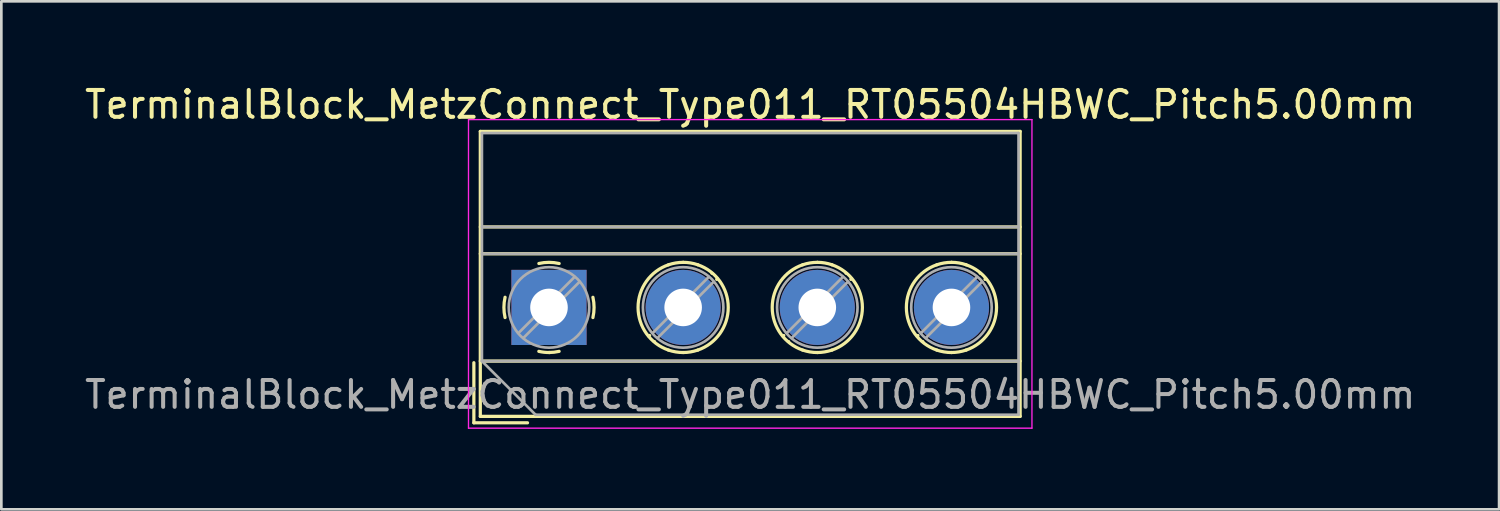
<source format=kicad_pcb>
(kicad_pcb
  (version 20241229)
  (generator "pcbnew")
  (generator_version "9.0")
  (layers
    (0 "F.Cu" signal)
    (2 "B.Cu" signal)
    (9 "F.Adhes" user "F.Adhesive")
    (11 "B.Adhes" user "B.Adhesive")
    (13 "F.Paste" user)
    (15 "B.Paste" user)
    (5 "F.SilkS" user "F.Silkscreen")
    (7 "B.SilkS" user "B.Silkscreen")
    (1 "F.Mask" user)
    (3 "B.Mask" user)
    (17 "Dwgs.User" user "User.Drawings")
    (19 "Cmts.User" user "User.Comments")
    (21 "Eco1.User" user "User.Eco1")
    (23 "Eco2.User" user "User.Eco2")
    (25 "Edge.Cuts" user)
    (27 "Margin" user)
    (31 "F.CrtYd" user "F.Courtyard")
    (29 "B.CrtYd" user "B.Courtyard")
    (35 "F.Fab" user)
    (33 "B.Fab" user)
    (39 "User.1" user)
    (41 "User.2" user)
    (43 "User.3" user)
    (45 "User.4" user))
  (footprint "TerminalBlock_MetzConnect_Type011_RT05504HBWC_Pitch5.00mm"
    (layer "F.Cu")
    (at 17.411 8.408)
    (property "Reference" "TerminalBlock_MetzConnect_Type011_RT05504HBWC_Pitch5.00mm" (at 7.5 -7.56 0) (layer "F.SilkS") (effects (font (size 1 1) (thickness 0.15))))
    (attr through_hole)
    (fp_line (start -2.8 2.06) (end -2.8 4.3) (stroke (width 0.12) (type solid)) (layer "F.SilkS"))
    (fp_line (start -2.8 4.3) (end -0.8 4.3) (stroke (width 0.12) (type solid)) (layer "F.SilkS"))
    (fp_line (start -2.56 -6.56) (end -2.56 4.06) (stroke (width 0.12) (type solid)) (layer "F.SilkS"))
    (fp_line (start -2.56 -3) (end 17.56 -3) (stroke (width 0.12) (type solid)) (layer "F.SilkS"))
    (fp_line (start -2.56 -2) (end 17.56 -2) (stroke (width 0.12) (type solid)) (layer "F.SilkS"))
    (fp_line (start -2.56 2) (end 17.56 2) (stroke (width 0.12) (type solid)) (layer "F.SilkS"))
    (fp_line (start -2.56 4.06) (end 17.56 4.06) (stroke (width 0.12) (type solid)) (layer "F.SilkS"))
    (fp_line (start 3.75 1.046) (end 3.726 1.069) (stroke (width 0.12) (type solid)) (layer "F.SilkS"))
    (fp_line (start 3.931 1.274) (end 3.931 1.274) (stroke (width 0.12) (type solid)) (layer "F.SilkS"))
    (fp_line (start 6.07 -1.275) (end 6.07 -1.275) (stroke (width 0.12) (type solid)) (layer "F.SilkS"))
    (fp_line (start 6.275 -1.069) (end 6.251 -1.046) (stroke (width 0.12) (type solid)) (layer "F.SilkS"))
    (fp_line (start 8.75 1.046) (end 8.726 1.069) (stroke (width 0.12) (type solid)) (layer "F.SilkS"))
    (fp_line (start 8.931 1.274) (end 8.931 1.274) (stroke (width 0.12) (type solid)) (layer "F.SilkS"))
    (fp_line (start 11.07 -1.275) (end 11.07 -1.275) (stroke (width 0.12) (type solid)) (layer "F.SilkS"))
    (fp_line (start 11.275 -1.069) (end 11.251 -1.046) (stroke (width 0.12) (type solid)) (layer "F.SilkS"))
    (fp_line (start 13.75 1.046) (end 13.726 1.069) (stroke (width 0.12) (type solid)) (layer "F.SilkS"))
    (fp_line (start 13.931 1.274) (end 13.931 1.274) (stroke (width 0.12) (type solid)) (layer "F.SilkS"))
    (fp_line (start 16.07 -1.275) (end 16.07 -1.275) (stroke (width 0.12) (type solid)) (layer "F.SilkS"))
    (fp_line (start 16.275 -1.069) (end 16.251 -1.046) (stroke (width 0.12) (type solid)) (layer "F.SilkS"))
    (fp_line (start 17.56 -6.56) (end -2.56 -6.56) (stroke (width 0.12) (type solid)) (layer "F.SilkS"))
    (fp_line (start 17.56 4.06) (end 17.56 -6.56) (stroke (width 0.12) (type solid)) (layer "F.SilkS"))
    (fp_arc (start -1.637469 0.376971) (mid -1.680301 -0.001041) (end -1.637 -0.379) (stroke (width 0.12) (type solid)) (layer "F.SilkS"))
    (fp_arc (start -0.376971 -1.637469) (mid 0.001041 -1.680301) (end 0.379 -1.637) (stroke (width 0.12) (type solid)) (layer "F.SilkS"))
    (fp_arc (start 0.028284 1.680063) (mid -0.176675 1.670987) (end -0.379 1.637) (stroke (width 0.12) (type solid)) (layer "F.SilkS"))
    (fp_arc (start 0.377918 1.636942) (mid 0.190182 1.669201) (end 0 1.68) (stroke (width 0.12) (type solid)) (layer "F.SilkS"))
    (fp_arc (start 1.63703 -0.377869) (mid 1.680075 0.000067) (end 1.637 0.378) (stroke (width 0.12) (type solid)) (layer "F.SilkS"))
    (fp_arc (start 4.451968 1.5883) (mid 3.319811 -0.001075) (end 4.454 -1.589) (stroke (width 0.12) (type solid)) (layer "F.SilkS"))
    (fp_arc (start 4.453991 -1.588797) (mid 4.723706 -1.657125) (end 5.001 -1.68) (stroke (width 0.12) (type solid)) (layer "F.SilkS"))
    (fp_arc (start 5.000129 1.680515) (mid 4.722762 1.657489) (end 4.453 1.589) (stroke (width 0.12) (type solid)) (layer "F.SilkS"))
    (fp_arc (start 5.000816 -1.68084) (mid 5.278224 -1.657654) (end 5.548 -1.589) (stroke (width 0.12) (type solid)) (layer "F.SilkS"))
    (fp_arc (start 5.546954 1.588471) (mid 5.27728 1.656959) (end 5 1.68) (stroke (width 0.12) (type solid)) (layer "F.SilkS"))
    (fp_arc (start 5.547244 -1.588916) (mid 6.680515 0.000129) (end 5.547 1.589) (stroke (width 0.12) (type solid)) (layer "F.SilkS"))
    (fp_arc (start 9.451968 1.5883) (mid 8.319811 -0.001075) (end 9.454 -1.589) (stroke (width 0.12) (type solid)) (layer "F.SilkS"))
    (fp_arc (start 9.453991 -1.588797) (mid 9.723706 -1.657125) (end 10.001 -1.68) (stroke (width 0.12) (type solid)) (layer "F.SilkS"))
    (fp_arc (start 10.000129 1.680515) (mid 9.722762 1.657489) (end 9.453 1.589) (stroke (width 0.12) (type solid)) (layer "F.SilkS"))
    (fp_arc (start 10.000816 -1.68084) (mid 10.278224 -1.657654) (end 10.548 -1.589) (stroke (width 0.12) (type solid)) (layer "F.SilkS"))
    (fp_arc (start 10.546954 1.588471) (mid 10.27728 1.656959) (end 10 1.68) (stroke (width 0.12) (type solid)) (layer "F.SilkS"))
    (fp_arc (start 10.547244 -1.588916) (mid 11.680515 0.000129) (end 10.547 1.589) (stroke (width 0.12) (type solid)) (layer "F.SilkS"))
    (fp_arc (start 14.451968 1.5883) (mid 13.319811 -0.001075) (end 14.454 -1.589) (stroke (width 0.12) (type solid)) (layer "F.SilkS"))
    (fp_arc (start 14.453991 -1.588797) (mid 14.723706 -1.657125) (end 15.001 -1.68) (stroke (width 0.12) (type solid)) (layer "F.SilkS"))
    (fp_arc (start 15.000129 1.680515) (mid 14.722762 1.657489) (end 14.453 1.589) (stroke (width 0.12) (type solid)) (layer "F.SilkS"))
    (fp_arc (start 15.000816 -1.68084) (mid 15.278224 -1.657654) (end 15.548 -1.589) (stroke (width 0.12) (type solid)) (layer "F.SilkS"))
    (fp_arc (start 15.546954 1.588471) (mid 15.27728 1.656959) (end 15 1.68) (stroke (width 0.12) (type solid)) (layer "F.SilkS"))
    (fp_arc (start 15.547244 -1.588916) (mid 16.680515 0.000129) (end 15.547 1.589) (stroke (width 0.12) (type solid)) (layer "F.SilkS"))
    (fp_line (start -3 -7) (end -3 4.5) (stroke (width 0.05) (type solid)) (layer "F.CrtYd"))
    (fp_line (start -3 4.5) (end 18 4.5) (stroke (width 0.05) (type solid)) (layer "F.CrtYd"))
    (fp_line (start 18 -7) (end -3 -7) (stroke (width 0.05) (type solid)) (layer "F.CrtYd"))
    (fp_line (start 18 4.5) (end 18 -7) (stroke (width 0.05) (type solid)) (layer "F.CrtYd"))
    (fp_line (start -2.5 -6.5) (end 17.5 -6.5) (stroke (width 0.1) (type solid)) (layer "F.Fab"))
    (fp_line (start -2.5 -3) (end 17.5 -3) (stroke (width 0.1) (type solid)) (layer "F.Fab"))
    (fp_line (start -2.5 -2) (end 17.5 -2) (stroke (width 0.1) (type solid)) (layer "F.Fab"))
    (fp_line (start -2.5 2) (end -2.5 -6.5) (stroke (width 0.1) (type solid)) (layer "F.Fab"))
    (fp_line (start -2.5 2) (end 17.5 2) (stroke (width 0.1) (type solid)) (layer "F.Fab"))
    (fp_line (start -0.5 4) (end -2.5 2) (stroke (width 0.1) (type solid)) (layer "F.Fab"))
    (fp_line (start 0.955 -1.138) (end -1.138 0.955) (stroke (width 0.1) (type solid)) (layer "F.Fab"))
    (fp_line (start 1.138 -0.955) (end -0.955 1.138) (stroke (width 0.1) (type solid)) (layer "F.Fab"))
    (fp_line (start 5.955 -1.138) (end 3.863 0.955) (stroke (width 0.1) (type solid)) (layer "F.Fab"))
    (fp_line (start 6.138 -0.955) (end 4.046 1.138) (stroke (width 0.1) (type solid)) (layer "F.Fab"))
    (fp_line (start 10.955 -1.138) (end 8.863 0.955) (stroke (width 0.1) (type solid)) (layer "F.Fab"))
    (fp_line (start 11.138 -0.955) (end 9.046 1.138) (stroke (width 0.1) (type solid)) (layer "F.Fab"))
    (fp_line (start 15.955 -1.138) (end 13.863 0.955) (stroke (width 0.1) (type solid)) (layer "F.Fab"))
    (fp_line (start 16.138 -0.955) (end 14.046 1.138) (stroke (width 0.1) (type solid)) (layer "F.Fab"))
    (fp_line (start 17.5 -6.5) (end 17.5 4) (stroke (width 0.1) (type solid)) (layer "F.Fab"))
    (fp_line (start 17.5 4) (end -0.5 4) (stroke (width 0.1) (type solid)) (layer "F.Fab"))
    (fp_circle (center 0 0) (end 1.5 0) (stroke (width 0.1) (type solid)) (fill no) (layer "F.Fab"))
    (fp_circle (center 5 0) (end 6.5 0) (stroke (width 0.1) (type solid)) (fill no) (layer "F.Fab"))
    (fp_circle (center 10 0) (end 11.5 0) (stroke (width 0.1) (type solid)) (fill no) (layer "F.Fab"))
    (fp_circle (center 15 0) (end 16.5 0) (stroke (width 0.1) (type solid)) (fill no) (layer "F.Fab"))
    (fp_text user "${REFERENCE}" (at 7.5 3.25 0) (layer "F.Fab") (effects (font (size 1 1) (thickness 0.15))))
    (pad "1" thru_hole rect (at 0 0) (size 2.8 2.8) (drill 1.4) (layers "*.Cu" "*.Mask"))
    (pad "2" thru_hole oval (at 5 0) (size 2.8 2.8) (drill 1.4) (layers "*.Cu" "*.Mask"))
    (pad "3" thru_hole oval (at 10 0) (size 2.8 2.8) (drill 1.4) (layers "*.Cu" "*.Mask"))
    (pad "4" thru_hole oval (at 15 0) (size 2.8 2.8) (drill 1.4) (layers "*.Cu" "*.Mask")))
  (gr_rect
    (start -3 -3)
    (end 52.821 15.933)
    (stroke (width 0.1) (type default))
    (fill no)
    (layer "Edge.Cuts")))
</source>
